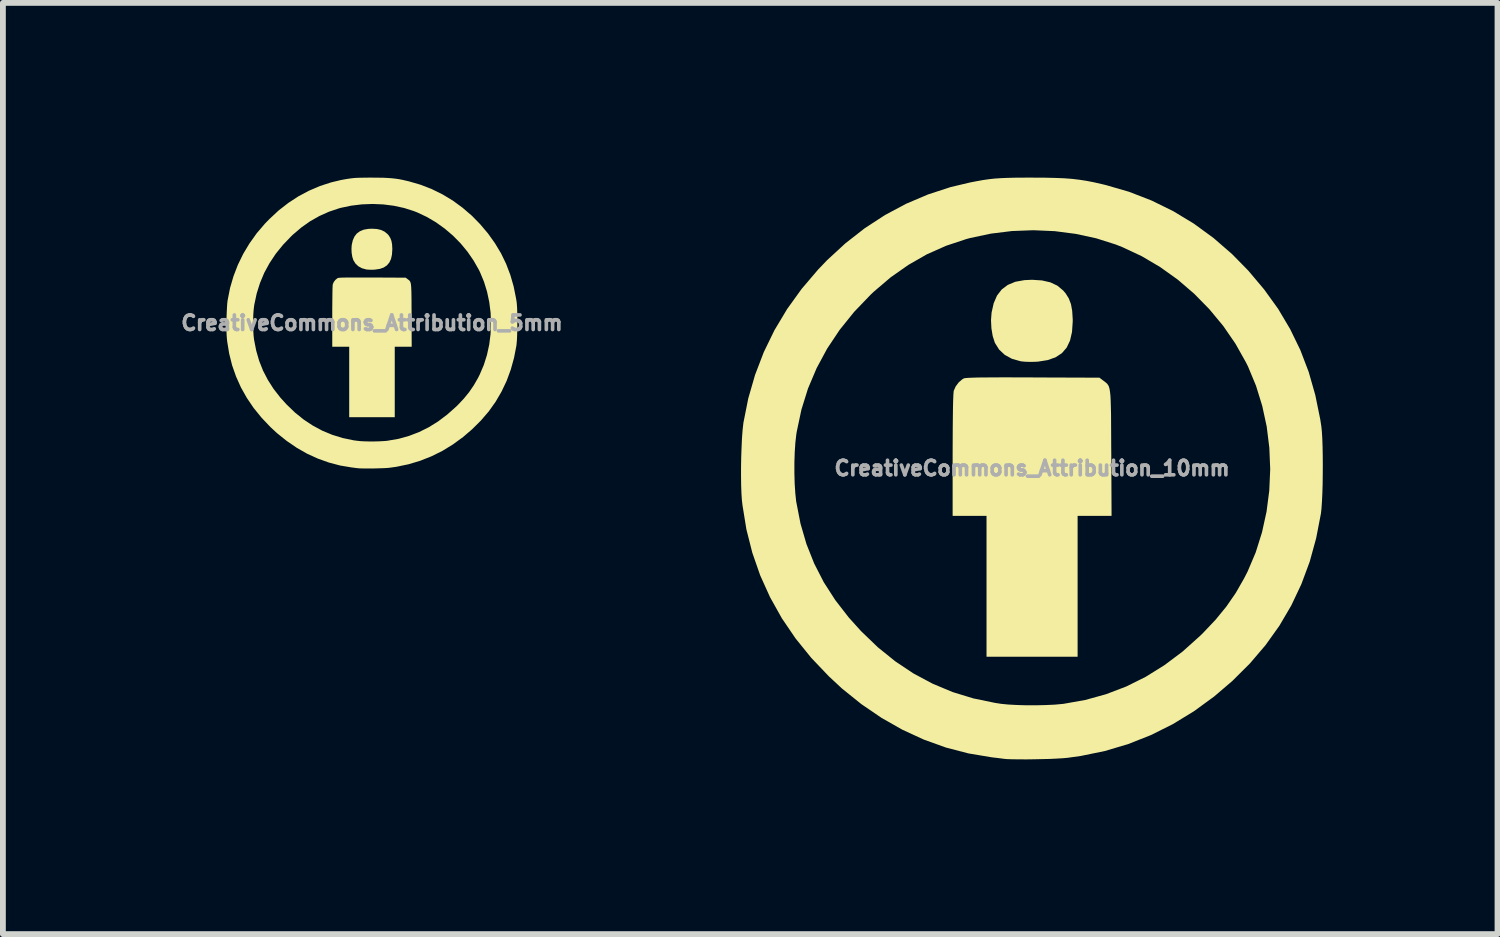
<source format=kicad_pcb>
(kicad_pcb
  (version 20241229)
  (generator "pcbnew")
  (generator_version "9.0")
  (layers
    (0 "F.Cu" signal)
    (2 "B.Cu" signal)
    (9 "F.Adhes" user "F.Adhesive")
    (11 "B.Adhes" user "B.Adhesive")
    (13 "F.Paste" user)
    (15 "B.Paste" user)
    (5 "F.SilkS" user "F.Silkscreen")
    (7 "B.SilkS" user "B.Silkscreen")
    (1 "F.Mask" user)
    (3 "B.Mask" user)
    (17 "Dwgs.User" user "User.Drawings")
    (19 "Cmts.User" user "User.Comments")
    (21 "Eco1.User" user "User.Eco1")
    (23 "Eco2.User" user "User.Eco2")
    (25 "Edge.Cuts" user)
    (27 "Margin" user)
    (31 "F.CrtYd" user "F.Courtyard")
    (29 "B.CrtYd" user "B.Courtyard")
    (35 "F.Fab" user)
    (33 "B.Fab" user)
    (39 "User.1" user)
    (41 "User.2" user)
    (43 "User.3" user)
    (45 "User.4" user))
  (footprint "CreativeCommons_Attribution_5mm"
    (layer "F.Cu")
    (at 3.337 2.495)
    (property "Reference" "CreativeCommons_Attribution_5mm" (at 0 0 0) (layer "F.Fab") (effects (font (size 0.25 0.25) (thickness 0.3))))
    (attr board_only exclude_from_pos_files exclude_from_bom)
    (fp_poly (pts (xy 0.085 -1.613) (xy 0.157 -1.596) (xy 0.217 -1.567) (xy 0.267 -1.526) (xy 0.288 -1.502) (xy 0.315 -1.458) (xy 0.334 -1.409) (xy 0.345 -1.35) (xy 0.349 -1.279) (xy 0.349 -1.259) (xy 0.343 -1.171) (xy 0.326 -1.096) (xy 0.297 -1.036) (xy 0.256 -0.988) (xy 0.202 -0.952) (xy 0.134 -0.928) (xy 0.052 -0.916) (xy 0.027 -0.914) (xy -0.016 -0.913) (xy -0.06 -0.915) (xy -0.096 -0.918) (xy -0.1 -0.919) (xy -0.172 -0.939) (xy -0.234 -0.973) (xy -0.283 -1.019) (xy -0.319 -1.077) (xy -0.32 -1.079) (xy -0.338 -1.135) (xy -0.349 -1.201) (xy -0.352 -1.272) (xy -0.348 -1.337) (xy -0.33 -1.417) (xy -0.301 -1.483) (xy -0.261 -1.535) (xy -0.208 -1.574) (xy -0.143 -1.601) (xy -0.065 -1.615) (xy 0 -1.618)) (stroke (width 0) (type solid)) (fill yes) (layer "F.SilkS"))
    (fp_poly (pts (xy -0.123 -0.78) (xy 0.004 -0.78) (xy 0.01 -0.78) (xy 0.579 -0.777) (xy 0.612 -0.752) (xy 0.625 -0.742) (xy 0.637 -0.733) (xy 0.646 -0.724) (xy 0.654 -0.713) (xy 0.66 -0.698) (xy 0.666 -0.679) (xy 0.67 -0.653) (xy 0.673 -0.62) (xy 0.675 -0.579) (xy 0.677 -0.526) (xy 0.678 -0.462) (xy 0.679 -0.385) (xy 0.679 -0.292) (xy 0.68 -0.184) (xy 0.68 -0.13) (xy 0.682 0.409) (xy 0.391 0.409) (xy 0.391 1.618) (xy -0.391 1.618) (xy -0.391 0.409) (xy -0.682 0.409) (xy -0.682 -0.111) (xy -0.682 -0.236) (xy -0.681 -0.346) (xy -0.68 -0.441) (xy -0.679 -0.52) (xy -0.678 -0.583) (xy -0.676 -0.629) (xy -0.674 -0.657) (xy -0.672 -0.666) (xy -0.656 -0.703) (xy -0.629 -0.738) (xy -0.598 -0.764) (xy -0.584 -0.772) (xy -0.573 -0.774) (xy -0.549 -0.776) (xy -0.514 -0.778) (xy -0.465 -0.779) (xy -0.403 -0.78) (xy -0.325 -0.78) (xy -0.232 -0.78)) (stroke (width 0) (type solid)) (fill yes) (layer "F.SilkS"))
    (fp_poly (pts (xy 0.111 -2.494) (xy 0.198 -2.493) (xy 0.274 -2.489) (xy 0.342 -2.484) (xy 0.405 -2.477) (xy 0.467 -2.468) (xy 0.531 -2.455) (xy 0.601 -2.439) (xy 0.635 -2.431) (xy 0.834 -2.373) (xy 1.027 -2.298) (xy 1.212 -2.207) (xy 1.389 -2.1) (xy 1.557 -1.977) (xy 1.717 -1.839) (xy 1.856 -1.697) (xy 1.993 -1.535) (xy 2.112 -1.368) (xy 2.216 -1.195) (xy 2.303 -1.015) (xy 2.375 -0.826) (xy 2.432 -0.629) (xy 2.474 -0.42) (xy 2.484 -0.359) (xy 2.488 -0.315) (xy 2.492 -0.257) (xy 2.494 -0.187) (xy 2.496 -0.109) (xy 2.496 -0.026) (xy 2.496 0.059) (xy 2.494 0.142) (xy 2.492 0.22) (xy 2.489 0.29) (xy 2.484 0.348) (xy 2.48 0.389) (xy 2.439 0.6) (xy 2.383 0.802) (xy 2.312 0.995) (xy 2.225 1.178) (xy 2.123 1.353) (xy 2.005 1.519) (xy 1.87 1.676) (xy 1.719 1.826) (xy 1.564 1.959) (xy 1.39 2.086) (xy 1.209 2.197) (xy 1.021 2.29) (xy 0.827 2.367) (xy 0.626 2.427) (xy 0.419 2.47) (xy 0.304 2.486) (xy 0.265 2.49) (xy 0.214 2.493) (xy 0.153 2.495) (xy 0.086 2.497) (xy 0.017 2.499) (xy -0.05 2.499) (xy -0.114 2.499) (xy -0.17 2.498) (xy -0.214 2.497) (xy -0.244 2.494) (xy -0.245 2.494) (xy -0.265 2.492) (xy -0.296 2.488) (xy -0.334 2.483) (xy -0.35 2.481) (xy -0.547 2.448) (xy -0.74 2.397) (xy -0.93 2.329) (xy -1.114 2.245) (xy -1.293 2.143) (xy -1.465 2.025) (xy -1.631 1.892) (xy -1.744 1.787) (xy -1.896 1.627) (xy -2.031 1.461) (xy -2.149 1.287) (xy -2.25 1.107) (xy -2.334 0.92) (xy -2.402 0.726) (xy -2.452 0.525) (xy -2.486 0.318) (xy -2.491 0.27) (xy -2.495 0.216) (xy -2.498 0.148) (xy -2.499 0.071) (xy -2.499 0.043) (xy -2.04 0.043) (xy -2.038 0.133) (xy -2.033 0.216) (xy -2.025 0.286) (xy -2.024 0.291) (xy -1.988 0.475) (xy -1.937 0.651) (xy -1.871 0.818) (xy -1.788 0.978) (xy -1.69 1.132) (xy -1.574 1.281) (xy -1.468 1.398) (xy -1.324 1.537) (xy -1.174 1.658) (xy -1.017 1.762) (xy -0.853 1.85) (xy -0.682 1.921) (xy -0.504 1.976) (xy -0.317 2.015) (xy -0.266 2.022) (xy -0.205 2.029) (xy -0.132 2.033) (xy -0.05 2.035) (xy 0.035 2.035) (xy 0.118 2.033) (xy 0.195 2.029) (xy 0.26 2.024) (xy 0.27 2.022) (xy 0.456 1.99) (xy 0.635 1.94) (xy 0.808 1.874) (xy 0.975 1.791) (xy 1.136 1.691) (xy 1.292 1.573) (xy 1.443 1.439) (xy 1.469 1.414) (xy 1.576 1.301) (xy 1.668 1.188) (xy 1.748 1.071) (xy 1.82 0.946) (xy 1.85 0.886) (xy 1.92 0.722) (xy 1.974 0.551) (xy 2.013 0.373) (xy 2.036 0.192) (xy 2.044 0.008) (xy 2.037 -0.175) (xy 2.014 -0.357) (xy 1.976 -0.536) (xy 1.923 -0.708) (xy 1.854 -0.874) (xy 1.837 -0.909) (xy 1.746 -1.069) (xy 1.641 -1.222) (xy 1.522 -1.366) (xy 1.392 -1.498) (xy 1.25 -1.619) (xy 1.1 -1.727) (xy 0.942 -1.82) (xy 0.779 -1.897) (xy 0.718 -1.921) (xy 0.551 -1.974) (xy 0.376 -2.012) (xy 0.195 -2.035) (xy 0.011 -2.043) (xy -0.173 -2.036) (xy -0.355 -2.014) (xy -0.532 -1.977) (xy -0.565 -1.968) (xy -0.738 -1.91) (xy -0.903 -1.836) (xy -1.062 -1.746) (xy -1.213 -1.639) (xy -1.359 -1.515) (xy -1.386 -1.489) (xy -1.527 -1.342) (xy -1.652 -1.188) (xy -1.759 -1.027) (xy -1.85 -0.86) (xy -1.923 -0.685) (xy -1.98 -0.504) (xy -2.02 -0.316) (xy -2.024 -0.291) (xy -2.032 -0.222) (xy -2.038 -0.14) (xy -2.04 -0.05) (xy -2.04 0.043) (xy -2.499 0.043) (xy -2.498 -0.012) (xy -2.497 -0.096) (xy -2.494 -0.179) (xy -2.49 -0.256) (xy -2.486 -0.324) (xy -2.48 -0.379) (xy -2.478 -0.391) (xy -2.437 -0.6) (xy -2.378 -0.802) (xy -2.303 -0.997) (xy -2.211 -1.186) (xy -2.103 -1.366) (xy -1.979 -1.54) (xy -1.838 -1.705) (xy -1.759 -1.786) (xy -1.602 -1.932) (xy -1.436 -2.061) (xy -1.263 -2.174) (xy -1.082 -2.27) (xy -0.894 -2.351) (xy -0.699 -2.414) (xy -0.532 -2.454) (xy -0.472 -2.465) (xy -0.42 -2.474) (xy -0.37 -2.481) (xy -0.321 -2.487) (xy -0.269 -2.491) (xy -0.21 -2.493) (xy -0.142 -2.494) (xy -0.062 -2.495) (xy 0.009 -2.495)) (stroke (width 0) (type solid)) (fill yes) (layer "F.SilkS")))
  (footprint "CreativeCommons_Attribution_10mm"
    (layer "F.Cu")
    (at 14.671 4.99)
    (property "Reference" "CreativeCommons_Attribution_10mm" (at 0 0 0) (layer "F.Fab") (effects (font (size 0.25 0.25) (thickness 0.3))))
    (attr board_only exclude_from_pos_files exclude_from_bom)
    (fp_poly (pts (xy 0.17 -3.225) (xy 0.314 -3.192) (xy 0.435 -3.135) (xy 0.534 -3.052) (xy 0.576 -3.003) (xy 0.63 -2.917) (xy 0.668 -2.818) (xy 0.689 -2.701) (xy 0.698 -2.557) (xy 0.698 -2.518) (xy 0.686 -2.341) (xy 0.652 -2.193) (xy 0.594 -2.071) (xy 0.512 -1.976) (xy 0.404 -1.905) (xy 0.268 -1.857) (xy 0.105 -1.831) (xy 0.055 -1.828) (xy -0.033 -1.826) (xy -0.121 -1.829) (xy -0.192 -1.836) (xy -0.2 -1.838) (xy -0.345 -1.879) (xy -0.468 -1.946) (xy -0.566 -2.038) (xy -0.638 -2.153) (xy -0.64 -2.158) (xy -0.676 -2.27) (xy -0.698 -2.403) (xy -0.705 -2.543) (xy -0.695 -2.673) (xy -0.659 -2.833) (xy -0.602 -2.965) (xy -0.521 -3.07) (xy -0.417 -3.148) (xy -0.287 -3.202) (xy -0.131 -3.23) (xy 0 -3.236)) (stroke (width 0) (type solid)) (fill yes) (layer "F.SilkS"))
    (fp_poly (pts (xy -0.246 -1.56) (xy 0.008 -1.56) (xy 0.02 -1.559) (xy 1.157 -1.555) (xy 1.224 -1.504) (xy 1.251 -1.484) (xy 1.273 -1.466) (xy 1.292 -1.447) (xy 1.308 -1.425) (xy 1.321 -1.396) (xy 1.331 -1.358) (xy 1.339 -1.307) (xy 1.346 -1.241) (xy 1.35 -1.157) (xy 1.353 -1.052) (xy 1.356 -0.924) (xy 1.357 -0.769) (xy 1.358 -0.585) (xy 1.359 -0.368) (xy 1.36 -0.259) (xy 1.365 0.818) (xy 0.782 0.818) (xy 0.782 3.236) (xy -0.782 3.236) (xy -0.782 0.818) (xy -1.364 0.818) (xy -1.364 -0.223) (xy -1.363 -0.473) (xy -1.362 -0.693) (xy -1.36 -0.883) (xy -1.358 -1.041) (xy -1.355 -1.166) (xy -1.351 -1.258) (xy -1.347 -1.315) (xy -1.344 -1.332) (xy -1.311 -1.406) (xy -1.259 -1.475) (xy -1.197 -1.528) (xy -1.168 -1.544) (xy -1.145 -1.548) (xy -1.099 -1.552) (xy -1.028 -1.555) (xy -0.931 -1.558) (xy -0.806 -1.559) (xy -0.651 -1.56) (xy -0.465 -1.561)) (stroke (width 0) (type solid)) (fill yes) (layer "F.SilkS"))
    (fp_poly (pts (xy 0.222 -4.989) (xy 0.396 -4.985) (xy 0.548 -4.979) (xy 0.683 -4.969) (xy 0.81 -4.954) (xy 0.934 -4.935) (xy 1.062 -4.91) (xy 1.202 -4.878) (xy 1.269 -4.862) (xy 1.668 -4.746) (xy 2.054 -4.596) (xy 2.424 -4.414) (xy 2.778 -4.2) (xy 3.115 -3.954) (xy 3.433 -3.678) (xy 3.712 -3.394) (xy 3.985 -3.07) (xy 4.225 -2.737) (xy 4.431 -2.39) (xy 4.606 -2.03) (xy 4.75 -1.653) (xy 4.863 -1.257) (xy 4.948 -0.841) (xy 4.967 -0.718) (xy 4.976 -0.631) (xy 4.983 -0.514) (xy 4.988 -0.374) (xy 4.991 -0.217) (xy 4.992 -0.051) (xy 4.991 0.118) (xy 4.989 0.284) (xy 4.984 0.44) (xy 4.977 0.58) (xy 4.969 0.696) (xy 4.96 0.777) (xy 4.878 1.201) (xy 4.767 1.605) (xy 4.624 1.99) (xy 4.451 2.356) (xy 4.246 2.705) (xy 4.009 3.037) (xy 3.74 3.352) (xy 3.439 3.652) (xy 3.128 3.918) (xy 2.78 4.172) (xy 2.418 4.393) (xy 2.042 4.581) (xy 1.653 4.735) (xy 1.251 4.855) (xy 0.837 4.94) (xy 0.608 4.972) (xy 0.53 4.979) (xy 0.427 4.985) (xy 0.306 4.991) (xy 0.173 4.994) (xy 0.035 4.997) (xy -0.101 4.999) (xy -0.228 4.998) (xy -0.339 4.997) (xy -0.428 4.994) (xy -0.488 4.989) (xy -0.491 4.988) (xy -0.529 4.983) (xy -0.592 4.975) (xy -0.669 4.966) (xy -0.7 4.962) (xy -1.094 4.896) (xy -1.481 4.795) (xy -1.859 4.659) (xy -2.228 4.489) (xy -2.585 4.286) (xy -2.93 4.051) (xy -3.262 3.784) (xy -3.488 3.574) (xy -3.792 3.255) (xy -4.061 2.922) (xy -4.297 2.575) (xy -4.499 2.214) (xy -4.668 1.84) (xy -4.803 1.452) (xy -4.905 1.05) (xy -4.972 0.636) (xy -4.983 0.54) (xy -4.99 0.432) (xy -4.995 0.297) (xy -4.997 0.142) (xy -4.997 0.086) (xy -4.081 0.086) (xy -4.076 0.267) (xy -4.065 0.432) (xy -4.05 0.573) (xy -4.048 0.582) (xy -3.976 0.951) (xy -3.874 1.301) (xy -3.741 1.636) (xy -3.577 1.956) (xy -3.379 2.264) (xy -3.148 2.562) (xy -2.936 2.797) (xy -2.648 3.074) (xy -2.348 3.316) (xy -2.034 3.525) (xy -1.706 3.7) (xy -1.364 3.843) (xy -1.008 3.952) (xy -0.635 4.029) (xy -0.531 4.045) (xy -0.411 4.057) (xy -0.263 4.065) (xy -0.1 4.07) (xy 0.07 4.07) (xy 0.237 4.066) (xy 0.39 4.059) (xy 0.52 4.047) (xy 0.54 4.045) (xy 0.912 3.979) (xy 1.27 3.88) (xy 1.616 3.748) (xy 1.95 3.582) (xy 2.273 3.381) (xy 2.585 3.147) (xy 2.886 2.877) (xy 2.937 2.827) (xy 3.151 2.601) (xy 3.336 2.375) (xy 3.497 2.142) (xy 3.64 1.892) (xy 3.701 1.773) (xy 3.84 1.445) (xy 3.948 1.101) (xy 4.026 0.746) (xy 4.073 0.383) (xy 4.089 0.016) (xy 4.074 -0.351) (xy 4.029 -0.715) (xy 3.952 -1.071) (xy 3.845 -1.417) (xy 3.708 -1.747) (xy 3.673 -1.817) (xy 3.492 -2.139) (xy 3.282 -2.444) (xy 3.044 -2.731) (xy 2.783 -2.997) (xy 2.501 -3.239) (xy 2.2 -3.454) (xy 1.885 -3.64) (xy 1.557 -3.794) (xy 1.436 -3.842) (xy 1.102 -3.948) (xy 0.751 -4.024) (xy 0.39 -4.071) (xy 0.022 -4.087) (xy -0.346 -4.073) (xy -0.71 -4.028) (xy -1.064 -3.953) (xy -1.13 -3.935) (xy -1.476 -3.82) (xy -1.807 -3.673) (xy -2.123 -3.492) (xy -2.427 -3.279) (xy -2.718 -3.031) (xy -2.773 -2.979) (xy -3.055 -2.685) (xy -3.303 -2.377) (xy -3.518 -2.055) (xy -3.699 -1.719) (xy -3.847 -1.37) (xy -3.96 -1.008) (xy -4.04 -0.631) (xy -4.048 -0.582) (xy -4.064 -0.443) (xy -4.075 -0.279) (xy -4.081 -0.099) (xy -4.081 0.086) (xy -4.997 0.086) (xy -4.997 -0.023) (xy -4.994 -0.193) (xy -4.988 -0.358) (xy -4.981 -0.513) (xy -4.971 -0.648) (xy -4.959 -0.757) (xy -4.956 -0.782) (xy -4.873 -1.199) (xy -4.756 -1.604) (xy -4.606 -1.995) (xy -4.423 -2.371) (xy -4.206 -2.733) (xy -3.957 -3.079) (xy -3.675 -3.41) (xy -3.519 -3.573) (xy -3.204 -3.863) (xy -2.872 -4.122) (xy -2.525 -4.348) (xy -2.163 -4.541) (xy -1.787 -4.701) (xy -1.398 -4.828) (xy -1.064 -4.907) (xy -0.945 -4.93) (xy -0.839 -4.949) (xy -0.741 -4.963) (xy -0.642 -4.974) (xy -0.537 -4.981) (xy -0.42 -4.986) (xy -0.285 -4.989) (xy -0.124 -4.99) (xy 0.018 -4.99)) (stroke (width 0) (type solid)) (fill yes) (layer "F.SilkS")))
  (gr_rect
    (start -3 -3)
    (end 22.663 12.989)
    (stroke (width 0.1) (type default))
    (fill no)
    (layer "Edge.Cuts")))
</source>
